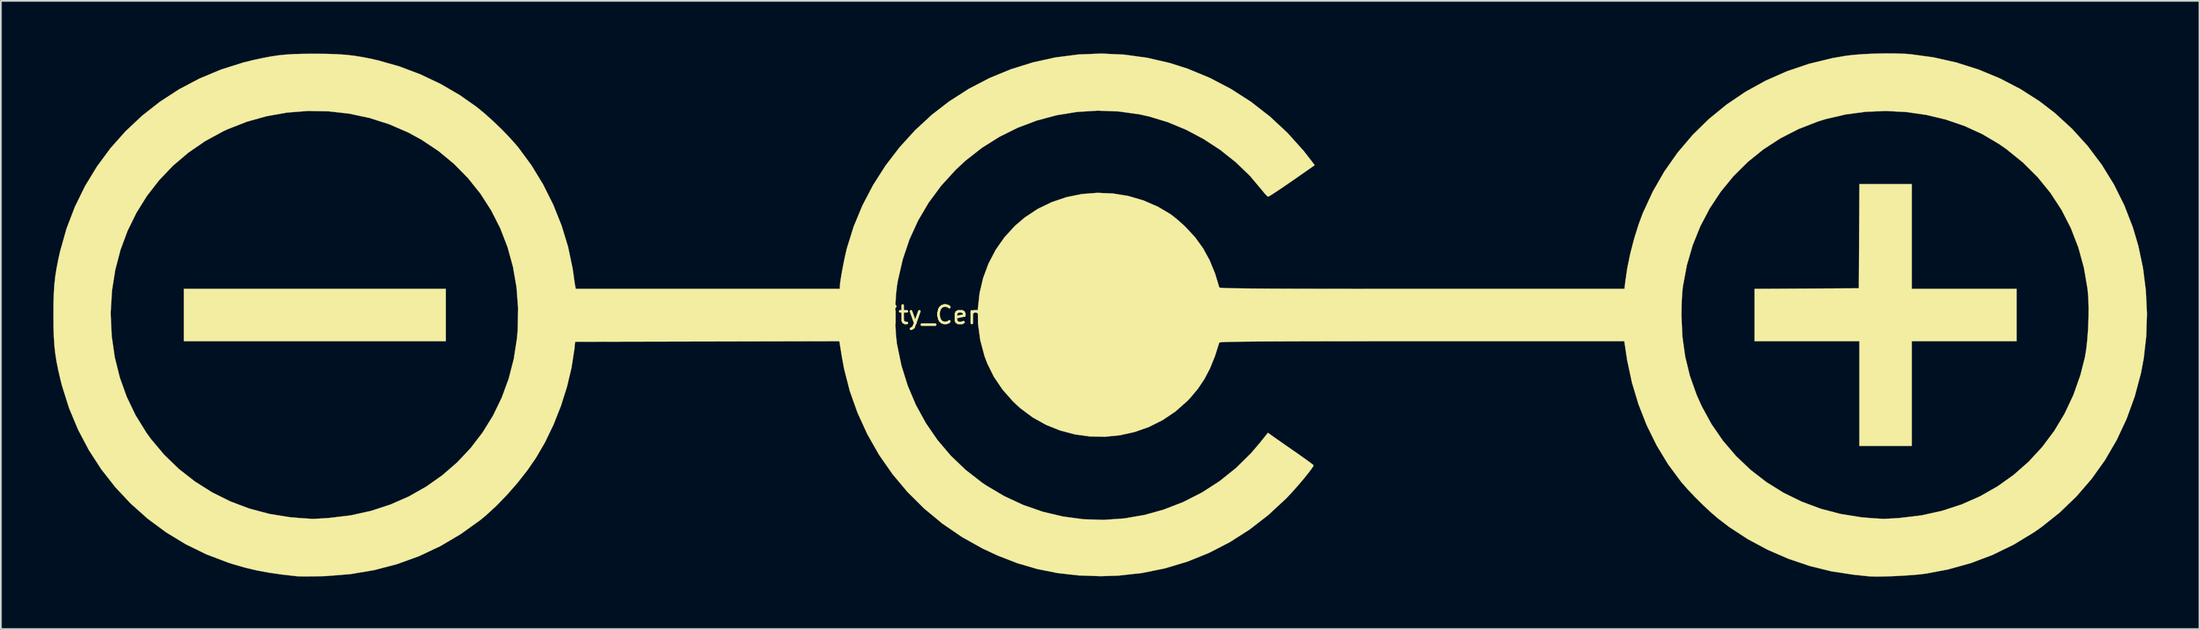
<source format=kicad_pcb>
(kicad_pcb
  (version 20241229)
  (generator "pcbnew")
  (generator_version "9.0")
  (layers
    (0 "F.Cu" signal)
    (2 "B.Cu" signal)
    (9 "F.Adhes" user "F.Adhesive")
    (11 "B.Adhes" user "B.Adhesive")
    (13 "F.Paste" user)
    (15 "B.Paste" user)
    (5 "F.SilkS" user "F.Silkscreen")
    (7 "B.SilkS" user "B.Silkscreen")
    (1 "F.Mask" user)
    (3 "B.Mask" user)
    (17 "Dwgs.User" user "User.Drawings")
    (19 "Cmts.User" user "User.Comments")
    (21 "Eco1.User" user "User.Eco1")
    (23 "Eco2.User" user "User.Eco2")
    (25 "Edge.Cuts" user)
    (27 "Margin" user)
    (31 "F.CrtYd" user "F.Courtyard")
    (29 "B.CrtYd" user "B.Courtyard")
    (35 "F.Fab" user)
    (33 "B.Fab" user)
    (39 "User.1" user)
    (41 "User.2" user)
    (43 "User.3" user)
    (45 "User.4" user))
  (footprint "Polarity_Center_Positive_30mm_SilkScreen"
    (layer "F.Cu")
    (at 59.821 14.971)
    (property "Reference" "Polarity_Center_Positive_30mm_SilkScreen" (at 0 0 0) (layer "F.SilkS") (effects (font (size 1 1) (thickness 0.15))))
    (attr exclude_from_pos_files exclude_from_bom allow_missing_courtyard)
    (fp_poly (pts (xy -37.382 1.498) (xy -52.36 1.498) (xy -52.36 -1.498) (xy -37.382 -1.498) (xy -37.382 1.498)) (stroke (width 0.01) (type solid)) (fill yes) (layer "F.SilkS"))
    (fp_poly (pts (xy 46.431 -1.498) (xy 52.423 -1.498) (xy 52.423 1.498) (xy 46.431 1.498) (xy 46.431 7.489) (xy 43.436 7.489) (xy 43.436 1.498) (xy 37.445 1.498) (xy 37.445 -1.497) (xy 40.425 -1.513) (xy 43.405 -1.529) (xy 43.421 -4.509) (xy 43.437 -7.489) (xy 46.431 -7.489) (xy 46.431 -1.498)) (stroke (width 0.01) (type solid)) (fill yes) (layer "F.SilkS"))
    (fp_poly (pts (xy 45.536 -14.962) (xy 46.078 -14.941) (xy 46.342 -14.922) (xy 47.673 -14.74) (xy 48.98 -14.446) (xy 50.25 -14.043) (xy 51.473 -13.536) (xy 52.638 -12.93) (xy 53.734 -12.229) (xy 54.607 -11.559) (xy 55.595 -10.653) (xy 56.491 -9.665) (xy 57.29 -8.602) (xy 57.988 -7.47) (xy 58.582 -6.275) (xy 59.068 -5.023) (xy 59.382 -3.963) (xy 59.649 -2.698) (xy 59.814 -1.399) (xy 59.876 -0.087) (xy 59.836 1.216) (xy 59.691 2.488) (xy 59.532 3.332) (xy 59.176 4.666) (xy 58.712 5.942) (xy 58.145 7.155) (xy 57.476 8.302) (xy 56.709 9.377) (xy 55.847 10.375) (xy 54.894 11.293) (xy 53.852 12.125) (xy 53.413 12.432) (xy 52.262 13.131) (xy 51.061 13.717) (xy 49.807 14.191) (xy 48.497 14.555) (xy 47.225 14.794) (xy 46.905 14.834) (xy 46.51 14.87) (xy 46.066 14.901) (xy 45.6 14.927) (xy 45.139 14.946) (xy 44.708 14.958) (xy 44.335 14.96) (xy 44.045 14.951) (xy 43.935 14.942) (xy 43.78 14.925) (xy 43.539 14.899) (xy 43.251 14.869) (xy 43.061 14.849) (xy 41.828 14.66) (xy 40.593 14.355) (xy 39.374 13.942) (xy 38.19 13.428) (xy 37.056 12.82) (xy 35.993 12.126) (xy 35.354 11.638) (xy 34.947 11.288) (xy 34.501 10.872) (xy 34.05 10.425) (xy 33.627 9.979) (xy 33.267 9.569) (xy 33.225 9.517) (xy 32.496 8.533) (xy 31.847 7.461) (xy 31.282 6.317) (xy 30.809 5.115) (xy 30.433 3.869) (xy 30.161 2.595) (xy 30.109 2.262) (xy 29.996 1.498) (xy 18.429 1.498) (xy 16.967 1.498) (xy 15.625 1.498) (xy 14.4 1.499) (xy 13.285 1.5) (xy 12.278 1.502) (xy 11.372 1.504) (xy 10.565 1.507) (xy 9.85 1.51) (xy 9.224 1.513) (xy 8.683 1.517) (xy 8.221 1.522) (xy 7.834 1.528) (xy 7.518 1.534) (xy 7.268 1.54) (xy 7.08 1.548) (xy 6.949 1.556) (xy 6.87 1.565) (xy 6.839 1.575) (xy 6.839 1.576) (xy 6.587 2.365) (xy 6.309 3.052) (xy 5.991 3.66) (xy 5.623 4.211) (xy 5.191 4.728) (xy 4.996 4.932) (xy 4.324 5.525) (xy 3.592 6.016) (xy 2.812 6.406) (xy 1.993 6.693) (xy 1.149 6.879) (xy 0.29 6.963) (xy -0.573 6.945) (xy -1.428 6.826) (xy -2.263 6.604) (xy -3.068 6.281) (xy -3.83 5.856) (xy -4.539 5.329) (xy -4.95 4.947) (xy -5.556 4.26) (xy -6.046 3.535) (xy -6.429 2.763) (xy -6.584 2.346) (xy -6.825 1.445) (xy -6.951 0.537) (xy -6.958 0.022) (xy 33.263 0.022) (xy 33.316 1.229) (xy 33.477 2.382) (xy 33.749 3.494) (xy 34.135 4.577) (xy 34.418 5.211) (xy 34.981 6.241) (xy 35.639 7.195) (xy 36.386 8.069) (xy 37.216 8.858) (xy 38.121 9.558) (xy 39.095 10.165) (xy 40.132 10.673) (xy 41.224 11.08) (xy 42.366 11.381) (xy 43.551 11.571) (xy 44.247 11.628) (xy 44.472 11.641) (xy 44.669 11.653) (xy 44.746 11.658) (xy 44.865 11.658) (xy 45.08 11.649) (xy 45.362 11.634) (xy 45.684 11.613) (xy 45.756 11.608) (xy 46.981 11.46) (xy 48.156 11.202) (xy 49.277 10.836) (xy 50.339 10.367) (xy 51.335 9.8) (xy 52.262 9.139) (xy 53.113 8.389) (xy 53.885 7.553) (xy 54.571 6.637) (xy 55.167 5.645) (xy 55.668 4.581) (xy 56.068 3.449) (xy 56.326 2.434) (xy 56.405 1.966) (xy 56.467 1.408) (xy 56.512 0.796) (xy 56.536 0.165) (xy 56.54 -0.452) (xy 56.522 -1.018) (xy 56.482 -1.481) (xy 56.273 -2.703) (xy 55.954 -3.868) (xy 55.526 -4.973) (xy 54.993 -6.016) (xy 54.355 -6.992) (xy 53.616 -7.899) (xy 52.776 -8.734) (xy 51.838 -9.492) (xy 51.424 -9.781) (xy 50.47 -10.346) (xy 49.448 -10.814) (xy 48.374 -11.182) (xy 47.258 -11.449) (xy 46.115 -11.613) (xy 44.956 -11.673) (xy 43.795 -11.627) (xy 42.646 -11.474) (xy 41.52 -11.212) (xy 41.064 -11.071) (xy 39.955 -10.639) (xy 38.914 -10.105) (xy 37.945 -9.475) (xy 37.052 -8.754) (xy 36.241 -7.948) (xy 35.516 -7.064) (xy 34.882 -6.107) (xy 34.344 -5.083) (xy 33.906 -3.997) (xy 33.573 -2.856) (xy 33.35 -1.665) (xy 33.329 -1.499) (xy 33.305 -1.243) (xy 33.286 -0.9) (xy 33.271 -0.511) (xy 33.264 -0.113) (xy 33.263 0.022) (xy -6.958 0.022) (xy -6.963 -0.367) (xy -6.865 -1.256) (xy -6.662 -2.119) (xy -6.354 -2.947) (xy -5.946 -3.727) (xy -5.441 -4.449) (xy -4.842 -5.103) (xy -4.287 -5.577) (xy -3.537 -6.072) (xy -2.734 -6.461) (xy -1.889 -6.744) (xy -1.016 -6.921) (xy -0.127 -6.99) (xy 0.766 -6.952) (xy 1.65 -6.806) (xy 2.511 -6.553) (xy 3.339 -6.191) (xy 4.025 -5.785) (xy 4.231 -5.632) (xy 4.486 -5.422) (xy 4.752 -5.186) (xy 4.914 -5.034) (xy 5.454 -4.45) (xy 5.908 -3.824) (xy 6.286 -3.137) (xy 6.6 -2.37) (xy 6.84 -1.576) (xy 6.865 -1.566) (xy 6.938 -1.557) (xy 7.062 -1.549) (xy 7.243 -1.541) (xy 7.486 -1.534) (xy 7.793 -1.528) (xy 8.171 -1.523) (xy 8.623 -1.518) (xy 9.155 -1.514) (xy 9.77 -1.51) (xy 10.473 -1.507) (xy 11.269 -1.504) (xy 12.162 -1.502) (xy 13.157 -1.501) (xy 14.258 -1.499) (xy 15.47 -1.498) (xy 16.797 -1.498) (xy 18.243 -1.498) (xy 18.433 -1.498) (xy 30.006 -1.498) (xy 30.049 -1.888) (xy 30.163 -2.67) (xy 30.336 -3.511) (xy 30.557 -4.363) (xy 30.813 -5.182) (xy 31.054 -5.829) (xy 31.622 -7.059) (xy 32.288 -8.216) (xy 33.048 -9.297) (xy 33.897 -10.296) (xy 34.829 -11.211) (xy 35.84 -12.037) (xy 36.924 -12.771) (xy 38.076 -13.407) (xy 39.291 -13.943) (xy 40.564 -14.374) (xy 41.889 -14.696) (xy 42.647 -14.827) (xy 43.125 -14.883) (xy 43.69 -14.925) (xy 44.305 -14.953) (xy 44.933 -14.966) (xy 45.536 -14.962)) (stroke (width 0.01) (type solid)) (fill yes) (layer "F.SilkS"))
    (fp_poly (pts (xy 1.411 -14.895) (xy 2.717 -14.716) (xy 4.006 -14.418) (xy 5.024 -14.093) (xy 6.294 -13.568) (xy 7.506 -12.933) (xy 8.655 -12.195) (xy 9.734 -11.356) (xy 10.737 -10.421) (xy 11.658 -9.396) (xy 12.127 -8.794) (xy 12.293 -8.571) (xy 11.001 -7.671) (xy 10.645 -7.425) (xy 10.321 -7.205) (xy 10.043 -7.02) (xy 9.826 -6.88) (xy 9.685 -6.794) (xy 9.635 -6.771) (xy 9.563 -6.818) (xy 9.445 -6.94) (xy 9.309 -7.108) (xy 8.6 -7.952) (xy 7.793 -8.732) (xy 6.904 -9.44) (xy 5.947 -10.066) (xy 4.937 -10.601) (xy 3.889 -11.036) (xy 2.818 -11.361) (xy 2.272 -11.481) (xy 1.077 -11.647) (xy -0.114 -11.692) (xy -1.294 -11.619) (xy -2.454 -11.431) (xy -3.585 -11.129) (xy -4.679 -10.717) (xy -5.727 -10.197) (xy -6.722 -9.572) (xy -7.654 -8.844) (xy -8.239 -8.301) (xy -9.061 -7.397) (xy -9.774 -6.434) (xy -10.378 -5.411) (xy -10.873 -4.327) (xy -11.259 -3.183) (xy -11.536 -1.977) (xy -11.585 -1.685) (xy -11.641 -1.204) (xy -11.676 -0.641) (xy -11.688 -0.037) (xy -11.679 0.57) (xy -11.647 1.138) (xy -11.594 1.629) (xy -11.586 1.676) (xy -11.336 2.881) (xy -10.976 4.037) (xy -10.51 5.137) (xy -9.942 6.175) (xy -9.276 7.145) (xy -8.516 8.041) (xy -7.666 8.856) (xy -6.73 9.584) (xy -6.49 9.747) (xy -5.449 10.363) (xy -4.365 10.866) (xy -3.247 11.254) (xy -2.102 11.526) (xy -0.939 11.681) (xy 0.233 11.718) (xy 1.407 11.636) (xy 2.573 11.434) (xy 3.647 11.135) (xy 4.777 10.698) (xy 5.849 10.152) (xy 6.855 9.503) (xy 7.788 8.756) (xy 8.643 7.915) (xy 9.157 7.315) (xy 9.62 6.735) (xy 9.912 6.944) (xy 10.056 7.046) (xy 10.281 7.203) (xy 10.564 7.401) (xy 10.884 7.624) (xy 11.218 7.855) (xy 11.528 8.073) (xy 11.8 8.266) (xy 12.018 8.426) (xy 12.167 8.539) (xy 12.231 8.594) (xy 12.232 8.597) (xy 12.192 8.682) (xy 12.082 8.841) (xy 11.915 9.059) (xy 11.707 9.318) (xy 11.47 9.6) (xy 11.219 9.89) (xy 10.969 10.17) (xy 10.732 10.423) (xy 10.643 10.514) (xy 9.631 11.45) (xy 8.557 12.28) (xy 7.425 13.001) (xy 6.239 13.612) (xy 5.006 14.11) (xy 3.728 14.493) (xy 2.412 14.759) (xy 1.062 14.907) (xy 0.062 14.939) (xy -1.21 14.895) (xy -2.413 14.76) (xy -3.57 14.529) (xy -4.702 14.197) (xy -5.833 13.758) (xy -6.693 13.356) (xy -7.877 12.695) (xy -8.989 11.933) (xy -10.025 11.077) (xy -10.978 10.132) (xy -11.842 9.103) (xy -12.612 7.997) (xy -13.282 6.819) (xy -13.843 5.593) (xy -14.285 4.35) (xy -14.612 3.073) (xy -14.742 2.368) (xy -14.882 1.497) (xy -29.987 1.529) (xy -30.034 1.966) (xy -30.197 3.024) (xy -30.458 4.115) (xy -30.805 5.21) (xy -31.228 6.279) (xy -31.717 7.292) (xy -32.232 8.175) (xy -32.717 8.877) (xy -33.272 9.586) (xy -33.872 10.274) (xy -34.493 10.915) (xy -35.109 11.48) (xy -35.403 11.722) (xy -36.522 12.526) (xy -37.688 13.215) (xy -38.903 13.789) (xy -40.166 14.248) (xy -41.477 14.592) (xy -42.835 14.82) (xy -44.241 14.933) (xy -44.528 14.941) (xy -44.909 14.948) (xy -45.265 14.951) (xy -45.568 14.951) (xy -45.793 14.947) (xy -45.901 14.941) (xy -46.747 14.846) (xy -47.5 14.737) (xy -48.191 14.608) (xy -48.851 14.452) (xy -49.511 14.263) (xy -49.833 14.16) (xy -51.076 13.688) (xy -52.258 13.109) (xy -53.375 12.43) (xy -54.421 11.656) (xy -55.391 10.793) (xy -56.28 9.845) (xy -57.083 8.82) (xy -57.793 7.723) (xy -58.407 6.559) (xy -58.919 5.334) (xy -59.324 4.053) (xy -59.406 3.731) (xy -59.535 3.179) (xy -59.635 2.684) (xy -59.709 2.215) (xy -59.761 1.742) (xy -59.793 1.236) (xy -59.811 0.665) (xy -59.816 0) (xy -59.816 -0.031) (xy -56.542 -0.031) (xy -56.484 1.209) (xy -56.311 2.41) (xy -56.024 3.568) (xy -55.627 4.677) (xy -55.119 5.733) (xy -54.503 6.73) (xy -54.24 7.094) (xy -53.485 7.992) (xy -52.646 8.803) (xy -51.73 9.521) (xy -50.747 10.141) (xy -49.705 10.66) (xy -48.611 11.073) (xy -47.475 11.376) (xy -46.304 11.564) (xy -45.839 11.605) (xy -45.547 11.625) (xy -45.292 11.642) (xy -45.105 11.655) (xy -45.027 11.661) (xy -44.921 11.659) (xy -44.718 11.65) (xy -44.443 11.634) (xy -44.124 11.613) (xy -44.032 11.606) (xy -42.819 11.46) (xy -41.654 11.202) (xy -40.542 10.838) (xy -39.488 10.374) (xy -38.499 9.813) (xy -37.578 9.162) (xy -36.731 8.426) (xy -35.963 7.61) (xy -35.28 6.719) (xy -34.686 5.758) (xy -34.188 4.732) (xy -33.789 3.648) (xy -33.496 2.509) (xy -33.312 1.321) (xy -33.272 0.843) (xy -33.249 -0.393) (xy -33.341 -1.598) (xy -33.544 -2.766) (xy -33.855 -3.891) (xy -34.271 -4.966) (xy -34.788 -5.985) (xy -35.403 -6.942) (xy -36.113 -7.831) (xy -36.913 -8.646) (xy -37.8 -9.38) (xy -38.772 -10.028) (xy -39.537 -10.445) (xy -40.623 -10.916) (xy -41.751 -11.275) (xy -42.911 -11.521) (xy -44.089 -11.654) (xy -45.276 -11.674) (xy -46.459 -11.581) (xy -47.627 -11.374) (xy -48.768 -11.055) (xy -49.872 -10.622) (xy -50.099 -10.516) (xy -51.14 -9.95) (xy -52.1 -9.291) (xy -52.978 -8.545) (xy -53.768 -7.718) (xy -54.468 -6.817) (xy -55.072 -5.848) (xy -55.578 -4.817) (xy -55.982 -3.729) (xy -56.279 -2.592) (xy -56.467 -1.412) (xy -56.54 -0.194) (xy -56.542 -0.031) (xy -59.816 -0.031) (xy -59.811 -0.664) (xy -59.794 -1.234) (xy -59.761 -1.741) (xy -59.71 -2.214) (xy -59.636 -2.684) (xy -59.538 -3.182) (xy -59.433 -3.651) (xy -59.065 -4.951) (xy -58.588 -6.195) (xy -58.007 -7.378) (xy -57.328 -8.495) (xy -56.556 -9.541) (xy -55.695 -10.51) (xy -54.75 -11.399) (xy -53.728 -12.201) (xy -52.633 -12.912) (xy -51.47 -13.526) (xy -50.244 -14.039) (xy -48.961 -14.445) (xy -48.366 -14.592) (xy -47.853 -14.702) (xy -47.399 -14.788) (xy -46.975 -14.852) (xy -46.55 -14.896) (xy -46.096 -14.925) (xy -45.582 -14.94) (xy -44.979 -14.945) (xy -44.84 -14.945) (xy -44.172 -14.939) (xy -43.596 -14.92) (xy -43.083 -14.884) (xy -42.602 -14.829) (xy -42.12 -14.751) (xy -41.607 -14.647) (xy -41.255 -14.567) (xy -40.037 -14.222) (xy -38.837 -13.768) (xy -37.677 -13.217) (xy -36.58 -12.578) (xy -35.625 -11.907) (xy -35.171 -11.535) (xy -34.683 -11.097) (xy -34.192 -10.624) (xy -33.731 -10.148) (xy -33.332 -9.699) (xy -33.233 -9.58) (xy -32.483 -8.56) (xy -31.817 -7.465) (xy -31.241 -6.312) (xy -30.764 -5.119) (xy -30.393 -3.903) (xy -30.136 -2.681) (xy -30.081 -2.309) (xy -30.046 -2.048) (xy -30.012 -1.82) (xy -29.987 -1.665) (xy -29.982 -1.638) (xy -29.953 -1.498) (xy -14.853 -1.498) (xy -14.853 -1.646) (xy -14.84 -1.807) (xy -14.804 -2.062) (xy -14.75 -2.383) (xy -14.684 -2.743) (xy -14.611 -3.113) (xy -14.535 -3.467) (xy -14.462 -3.776) (xy -14.448 -3.831) (xy -14.064 -5.064) (xy -13.564 -6.267) (xy -12.956 -7.43) (xy -12.247 -8.541) (xy -11.444 -9.59) (xy -10.555 -10.567) (xy -9.588 -11.461) (xy -8.609 -12.218) (xy -7.48 -12.941) (xy -6.298 -13.556) (xy -5.072 -14.06) (xy -3.811 -14.454) (xy -2.524 -14.736) (xy -1.218 -14.904) (xy 0.096 -14.957) (xy 1.411 -14.895)) (stroke (width 0.01) (type solid)) (fill yes) (layer "F.SilkS")))
  (gr_rect
    (start -3 -3)
    (end 122.702 32.935)
    (stroke (width 0.1) (type default))
    (fill no)
    (layer "Edge.Cuts")))
</source>
